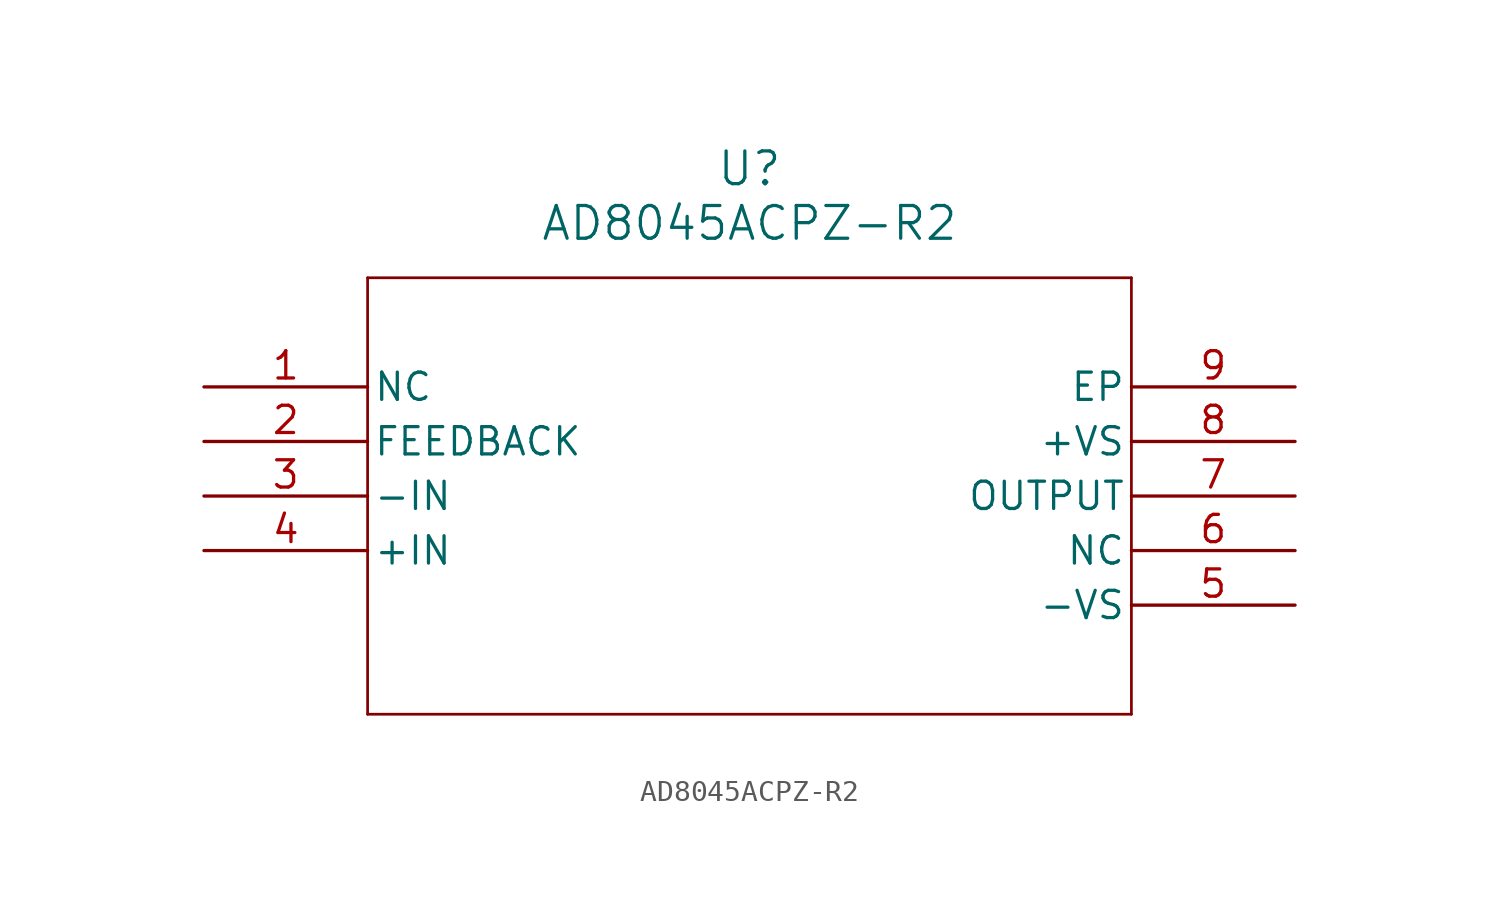
<source format=kicad_sym>
(kicad_symbol_lib
  (version 20211014)
  (generator kicad_symbol_editor)
  (symbol "AD8045ACPZ-R2"
    (pin_names
      (offset 0.254))
    (property "Reference" "U"
      (at 25.4 10.16 0)
      (effects (font (size 1.524 1.524))))
    (property "Value" "AD8045ACPZ-R2"
      (at 25.4 7.62 0)
      (effects (font (size 1.524 1.524))))
    (symbol "AD8045ACPZ-R2_0_1"
      (polyline (pts (xy 7.62 5.08) (xy 7.62 -15.24)) (stroke (width 0.127) (type default) (color 0 0 0 0)) (fill (type none)))
      (polyline (pts (xy 7.62 -15.24) (xy 43.18 -15.24)) (stroke (width 0.127) (type default) (color 0 0 0 0)) (fill (type none)))
      (polyline (pts (xy 43.18 -15.24) (xy 43.18 5.08)) (stroke (width 0.127) (type default) (color 0 0 0 0)) (fill (type none)))
      (polyline (pts (xy 43.18 5.08) (xy 7.62 5.08)) (stroke (width 0.127) (type default) (color 0 0 0 0)) (fill (type none)))
      (pin unspecified line (at 0 0 0) (length 7.62) (name "NC" (effects (font (size 1.27 1.27)))) (number "1" (effects (font (size 1.27 1.27)))))
      (pin unspecified line (at 0 -2.54 0) (length 7.62) (name "FEEDBACK" (effects (font (size 1.27 1.27)))) (number "2" (effects (font (size 1.27 1.27)))))
      (pin unspecified line (at 0 -5.08 0) (length 7.62) (name "-IN" (effects (font (size 1.27 1.27)))) (number "3" (effects (font (size 1.27 1.27)))))
      (pin unspecified line (at 0 -7.62 0) (length 7.62) (name "+IN" (effects (font (size 1.27 1.27)))) (number "4" (effects (font (size 1.27 1.27)))))
      (pin power_in line (at 50.8 -10.16 180) (length 7.62) (name "-VS" (effects (font (size 1.27 1.27)))) (number "5" (effects (font (size 1.27 1.27)))))
      (pin unspecified line (at 50.8 -7.62 180) (length 7.62) (name "NC" (effects (font (size 1.27 1.27)))) (number "6" (effects (font (size 1.27 1.27)))))
      (pin unspecified line (at 50.8 -5.08 180) (length 7.62) (name "OUTPUT" (effects (font (size 1.27 1.27)))) (number "7" (effects (font (size 1.27 1.27)))))
      (pin power_in line (at 50.8 -2.54 180) (length 7.62) (name "+VS" (effects (font (size 1.27 1.27)))) (number "8" (effects (font (size 1.27 1.27)))))
      (pin unspecified line (at 50.8 0 180) (length 7.62) (name "EP" (effects (font (size 1.27 1.27)))) (number "9" (effects (font (size 1.27 1.27))))))))
</source>
